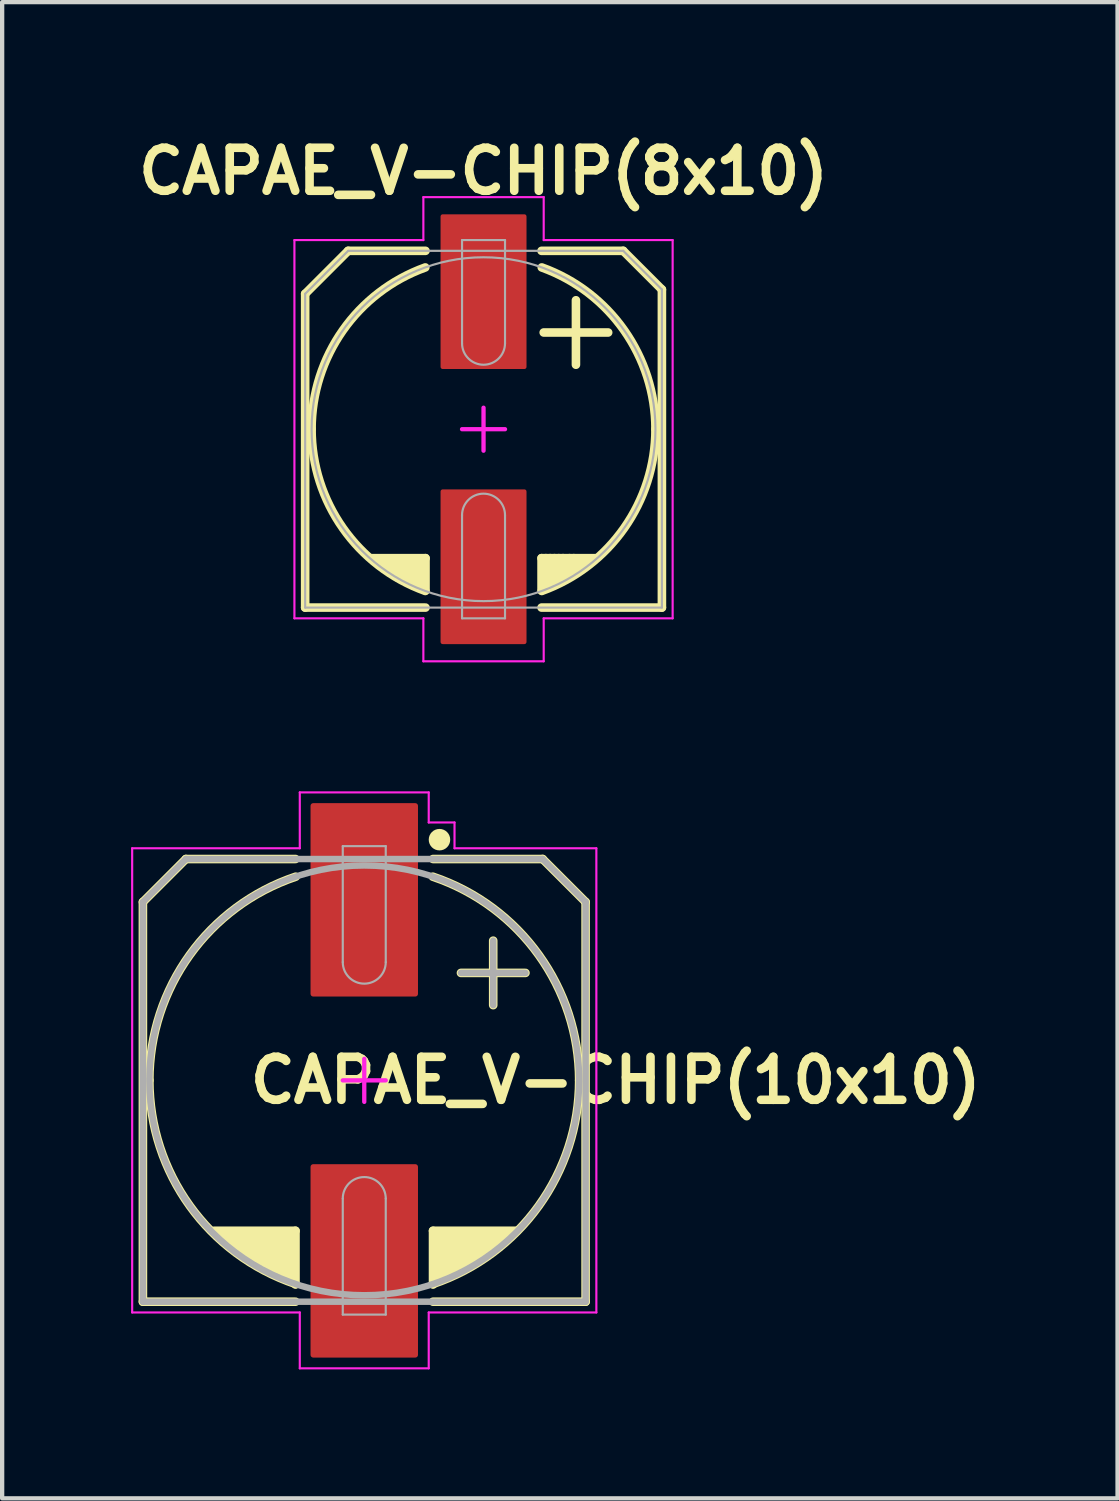
<source format=kicad_pcb>
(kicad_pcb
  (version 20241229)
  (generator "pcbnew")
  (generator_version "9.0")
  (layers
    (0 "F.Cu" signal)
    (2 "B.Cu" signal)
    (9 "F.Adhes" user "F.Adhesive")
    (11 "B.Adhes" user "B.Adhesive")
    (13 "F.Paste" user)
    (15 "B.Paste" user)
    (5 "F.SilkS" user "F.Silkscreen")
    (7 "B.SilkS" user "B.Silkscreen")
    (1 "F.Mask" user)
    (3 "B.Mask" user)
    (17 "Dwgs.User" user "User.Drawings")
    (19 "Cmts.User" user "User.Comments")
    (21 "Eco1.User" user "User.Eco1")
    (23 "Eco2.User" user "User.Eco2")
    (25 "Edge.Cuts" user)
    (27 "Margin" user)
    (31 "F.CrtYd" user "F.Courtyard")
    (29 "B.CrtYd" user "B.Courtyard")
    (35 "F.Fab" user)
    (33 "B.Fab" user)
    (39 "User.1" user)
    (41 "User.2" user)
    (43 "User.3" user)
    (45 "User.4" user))
  (footprint "CAPAE_V-CHIP(10x10)"
    (layer "F.Cu")
    (at 5.425 22.086)
    (property "Reference" "CAPAE_V-CHIP(10x10)" (at 5.85 0 0) (layer "F.SilkS") (effects (font (size 1 1) (thickness 0.2))))
    (attr through_hole)
    (fp_line (start -5.15 -4.15) (end -5.15 5.15) (stroke (width 0.2) (type solid)) (layer "F.SilkS"))
    (fp_line (start -5.15 5.15) (end -1.6 5.15) (stroke (width 0.2) (type solid)) (layer "F.SilkS"))
    (fp_line (start -4.15 -5.15) (end -5.15 -4.15) (stroke (width 0.2) (type solid)) (layer "F.SilkS"))
    (fp_line (start -4.15 -5.15) (end -1.6 -5.15) (stroke (width 0.2) (type solid)) (layer "F.SilkS"))
    (fp_line (start -1.6 3.5) (end -3.5 3.5) (stroke (width 0.2) (type solid)) (layer "F.SilkS"))
    (fp_line (start -1.6 4.75) (end -1.6 3.5) (stroke (width 0.2) (type solid)) (layer "F.SilkS"))
    (fp_line (start 1.6 3.5) (end 3.55 3.5) (stroke (width 0.2) (type solid)) (layer "F.SilkS"))
    (fp_line (start 1.6 4.75) (end 1.6 3.5) (stroke (width 0.2) (type solid)) (layer "F.SilkS"))
    (fp_line (start 2.25 -2.5) (end 3.75 -2.5) (stroke (width 0.2) (type solid)) (layer "F.SilkS"))
    (fp_line (start 3 -3.25) (end 3 -1.75) (stroke (width 0.2) (type solid)) (layer "F.SilkS"))
    (fp_line (start 4.15 -5.15) (end 1.6 -5.15) (stroke (width 0.2) (type solid)) (layer "F.SilkS"))
    (fp_line (start 5.15 -4.15) (end 4.15 -5.15) (stroke (width 0.2) (type solid)) (layer "F.SilkS"))
    (fp_line (start 5.15 -4.15) (end 5.15 5.15) (stroke (width 0.2) (type solid)) (layer "F.SilkS"))
    (fp_line (start 5.15 5.15) (end 1.6 5.15) (stroke (width 0.2) (type solid)) (layer "F.SilkS"))
    (fp_arc (start -5 0) (mid -4.060418 -2.917706) (end -1.594797 -4.738842) (stroke (width 0.2) (type solid)) (layer "F.SilkS"))
    (fp_arc (start -1.596094 4.738405) (mid -4.060817 2.91715) (end -5 0) (stroke (width 0.2) (type solid)) (layer "F.SilkS"))
    (fp_arc (start 1.596094 -4.738405) (mid 4.060817 -2.91715) (end 5 0) (stroke (width 0.2) (type solid)) (layer "F.SilkS"))
    (fp_arc (start 5 0) (mid 4.060418 2.917706) (end 1.594797 4.738842) (stroke (width 0.2) (type solid)) (layer "F.SilkS"))
    (fp_circle (center 1.75 -5.6) (end 1.85 -5.6) (stroke (width 0.2) (type solid)) (fill no) (layer "F.SilkS"))
    (fp_circle (center 1.75 -5.6) (end 1.9 -5.6) (stroke (width 0.2) (type solid)) (fill no) (layer "F.SilkS"))
    (fp_poly (pts (xy -3.5 3.5) (xy -1.6 3.5) (xy -1.6 4.7) (xy -2.15 4.5) (xy -2.75 4.15) (xy -3.25 3.8)) (stroke (width 0.15) (type solid)) (fill yes) (layer "F.SilkS"))
    (fp_poly (pts (xy 1.6 3.5) (xy 3.55 3.5) (xy 3.1 3.9) (xy 2.6 4.25) (xy 2.05 4.55) (xy 1.6 4.75)) (stroke (width 0.15) (type solid)) (fill yes) (layer "F.SilkS"))
    (fp_line (start -5.4 -5.4) (end -1.5 -5.4) (stroke (width 0.05) (type solid)) (layer "F.CrtYd"))
    (fp_line (start -5.4 5.4) (end -5.4 -5.4) (stroke (width 0.05) (type solid)) (layer "F.CrtYd"))
    (fp_line (start -1.5 -6.7) (end 1.5 -6.7) (stroke (width 0.05) (type solid)) (layer "F.CrtYd"))
    (fp_line (start -1.5 -5.4) (end -1.5 -6.7) (stroke (width 0.05) (type solid)) (layer "F.CrtYd"))
    (fp_line (start -1.5 5.4) (end -5.4 5.4) (stroke (width 0.05) (type solid)) (layer "F.CrtYd"))
    (fp_line (start -1.5 6.7) (end -1.5 5.4) (stroke (width 0.05) (type solid)) (layer "F.CrtYd"))
    (fp_line (start -0.5 0) (end 0.5 0) (stroke (width 0.1) (type solid)) (layer "F.CrtYd"))
    (fp_line (start 0 -0.5) (end 0 0.5) (stroke (width 0.1) (type solid)) (layer "F.CrtYd"))
    (fp_line (start 1.5 -6.7) (end 1.5 -6) (stroke (width 0.05) (type solid)) (layer "F.CrtYd"))
    (fp_line (start 1.5 -6) (end 2.1 -6) (stroke (width 0.05) (type solid)) (layer "F.CrtYd"))
    (fp_line (start 1.5 5.4) (end 1.5 6.7) (stroke (width 0.05) (type solid)) (layer "F.CrtYd"))
    (fp_line (start 1.5 6.7) (end -1.5 6.7) (stroke (width 0.05) (type solid)) (layer "F.CrtYd"))
    (fp_line (start 2.1 -6) (end 2.1 -5.4) (stroke (width 0.05) (type solid)) (layer "F.CrtYd"))
    (fp_line (start 2.1 -5.4) (end 5.4 -5.4) (stroke (width 0.05) (type solid)) (layer "F.CrtYd"))
    (fp_line (start 5.4 -5.4) (end 5.4 5.4) (stroke (width 0.05) (type solid)) (layer "F.CrtYd"))
    (fp_line (start 5.4 5.4) (end 1.5 5.4) (stroke (width 0.05) (type solid)) (layer "F.CrtYd"))
    (fp_line (start -5.15 5.15) (end -5.15 -4.15) (stroke (width 0.15) (type solid)) (layer "F.Fab"))
    (fp_line (start -4.15 -5.15) (end -5.15 -4.15) (stroke (width 0.15) (type solid)) (layer "F.Fab"))
    (fp_line (start -4.15 -5.15) (end 4.15 -5.15) (stroke (width 0.15) (type solid)) (layer "F.Fab"))
    (fp_line (start -0.5 -5.45) (end 0.5 -5.45) (stroke (width 0.05) (type solid)) (layer "F.Fab"))
    (fp_line (start -0.5 -2.75) (end -0.5 -5.45) (stroke (width 0.05) (type solid)) (layer "F.Fab"))
    (fp_line (start -0.5 5.45) (end -0.5 2.75) (stroke (width 0.05) (type solid)) (layer "F.Fab"))
    (fp_line (start 0.5 -5.45) (end 0.5 -2.75) (stroke (width 0.05) (type solid)) (layer "F.Fab"))
    (fp_line (start 0.5 2.75) (end 0.5 5.45) (stroke (width 0.05) (type solid)) (layer "F.Fab"))
    (fp_line (start 0.5 5.45) (end -0.5 5.45) (stroke (width 0.05) (type solid)) (layer "F.Fab"))
    (fp_line (start 2.25 -2.5) (end 3.75 -2.5) (stroke (width 0.15) (type solid)) (layer "F.Fab"))
    (fp_line (start 3 -3.25) (end 3 -1.75) (stroke (width 0.15) (type solid)) (layer "F.Fab"))
    (fp_line (start 5.15 -4.15) (end 4.15 -5.15) (stroke (width 0.15) (type solid)) (layer "F.Fab"))
    (fp_line (start 5.15 -4.15) (end 5.15 5.15) (stroke (width 0.15) (type solid)) (layer "F.Fab"))
    (fp_line (start 5.15 5.15) (end -5.15 5.15) (stroke (width 0.15) (type solid)) (layer "F.Fab"))
    (fp_arc (start -0.5 2.75) (mid 0 2.25) (end 0.5 2.75) (stroke (width 0.05) (type solid)) (layer "F.Fab"))
    (fp_arc (start 0.5 -2.75) (mid 0 -2.25) (end -0.5 -2.75) (stroke (width 0.05) (type solid)) (layer "F.Fab"))
    (fp_circle (center 0 0) (end 5 0) (stroke (width 0.15) (type solid)) (fill no) (layer "F.Fab"))
    (pad "1" smd roundrect (at 0 -4.2) (size 2.5 4.5) (layers "F.Cu" "F.Mask" "F.Paste") (roundrect_rratio 0.025))
    (pad "2" smd roundrect (at 0 4.2) (size 2.5 4.5) (layers "F.Cu" "F.Mask" "F.Paste") (roundrect_rratio 0.025)))
  (footprint "CAPAE_V-CHIP(8x10)"
    (layer "F.Cu")
    (at 8.2 6.936)
    (property "Reference" "CAPAE_V-CHIP(8x10)" (at 0 -6 0) (layer "F.SilkS") (effects (font (size 1 1) (thickness 0.2))))
    (attr through_hole)
    (fp_line (start -4.15 -3.15) (end -4.15 4.15) (stroke (width 0.2) (type solid)) (layer "F.SilkS"))
    (fp_line (start -4.15 4.15) (end -1.35 4.15) (stroke (width 0.2) (type solid)) (layer "F.SilkS"))
    (fp_line (start -3.15 -4.15) (end -4.15 -3.15) (stroke (width 0.2) (type solid)) (layer "F.SilkS"))
    (fp_line (start -2.35 3.15) (end -1.45 3.15) (stroke (width 0.2) (type solid)) (layer "F.SilkS"))
    (fp_line (start -2.2 3.25) (end -1.55 3.25) (stroke (width 0.2) (type solid)) (layer "F.SilkS"))
    (fp_line (start -2.1 3.35) (end -1.65 3.35) (stroke (width 0.2) (type solid)) (layer "F.SilkS"))
    (fp_line (start -2 3.45) (end -1.7 3.45) (stroke (width 0.2) (type solid)) (layer "F.SilkS"))
    (fp_line (start -1.65 3.35) (end -1.65 3.55) (stroke (width 0.2) (type solid)) (layer "F.SilkS"))
    (fp_line (start -1.55 3.25) (end -1.55 3.6) (stroke (width 0.2) (type solid)) (layer "F.SilkS"))
    (fp_line (start -1.45 3.15) (end -1.45 3.65) (stroke (width 0.2) (type solid)) (layer "F.SilkS"))
    (fp_line (start -1.35 -4.15) (end -3.15 -4.15) (stroke (width 0.2) (type solid)) (layer "F.SilkS"))
    (fp_line (start -1.35 3) (end -2.6 3) (stroke (width 0.2) (type solid)) (layer "F.SilkS"))
    (fp_line (start -1.35 3.75) (end -1.35 3) (stroke (width 0.2) (type solid)) (layer "F.SilkS"))
    (fp_line (start 1.35 -4.15) (end 3.25 -4.15) (stroke (width 0.2) (type solid)) (layer "F.SilkS"))
    (fp_line (start 1.35 3) (end 2.6 3) (stroke (width 0.2) (type solid)) (layer "F.SilkS"))
    (fp_line (start 1.35 3.75) (end 1.35 3) (stroke (width 0.2) (type solid)) (layer "F.SilkS"))
    (fp_line (start 1.4 -2.25) (end 2.9 -2.25) (stroke (width 0.2) (type solid)) (layer "F.SilkS"))
    (fp_line (start 1.45 3) (end 1.45 3.65) (stroke (width 0.2) (type solid)) (layer "F.SilkS"))
    (fp_line (start 1.55 3) (end 1.55 3.6) (stroke (width 0.2) (type solid)) (layer "F.SilkS"))
    (fp_line (start 1.65 3) (end 1.65 3.55) (stroke (width 0.2) (type solid)) (layer "F.SilkS"))
    (fp_line (start 1.75 3) (end 1.75 3.5) (stroke (width 0.2) (type solid)) (layer "F.SilkS"))
    (fp_line (start 1.85 3) (end 1.85 3.5) (stroke (width 0.2) (type solid)) (layer "F.SilkS"))
    (fp_line (start 2 3) (end 2 3.4) (stroke (width 0.2) (type solid)) (layer "F.SilkS"))
    (fp_line (start 2.1 3) (end 2.1 3.3) (stroke (width 0.2) (type solid)) (layer "F.SilkS"))
    (fp_line (start 2.15 -3) (end 2.15 -1.5) (stroke (width 0.2) (type solid)) (layer "F.SilkS"))
    (fp_line (start 2.2 3.05) (end 2.2 3.25) (stroke (width 0.2) (type solid)) (layer "F.SilkS"))
    (fp_line (start 2.3 3.05) (end 2.3 3.2) (stroke (width 0.2) (type solid)) (layer "F.SilkS"))
    (fp_line (start 3.25 -4.15) (end 4.15 -3.25) (stroke (width 0.2) (type solid)) (layer "F.SilkS"))
    (fp_line (start 4.15 -3.25) (end 4.15 4.15) (stroke (width 0.2) (type solid)) (layer "F.SilkS"))
    (fp_line (start 4.15 4.15) (end 1.35 4.15) (stroke (width 0.2) (type solid)) (layer "F.SilkS"))
    (fp_arc (start -4 0) (mid -3.272576 -2.300053) (end -1.354878 -3.76355) (stroke (width 0.2) (type solid)) (layer "F.SilkS"))
    (fp_arc (start -1.354952 3.763523) (mid -3.272599 2.300021) (end -4 0) (stroke (width 0.2) (type solid)) (layer "F.SilkS"))
    (fp_arc (start 1.354952 -3.763523) (mid 3.272599 -2.300021) (end 4 0) (stroke (width 0.2) (type solid)) (layer "F.SilkS"))
    (fp_arc (start 4 0) (mid 3.272576 2.300053) (end 1.354878 3.76355) (stroke (width 0.2) (type solid)) (layer "F.SilkS"))
    (fp_line (start -4.4 -4.4) (end -1.4 -4.4) (stroke (width 0.05) (type solid)) (layer "F.CrtYd"))
    (fp_line (start -4.4 4.4) (end -4.4 -4.4) (stroke (width 0.05) (type solid)) (layer "F.CrtYd"))
    (fp_line (start -1.4 -5.4) (end 1.4 -5.4) (stroke (width 0.05) (type solid)) (layer "F.CrtYd"))
    (fp_line (start -1.4 -4.4) (end -1.4 -5.4) (stroke (width 0.05) (type solid)) (layer "F.CrtYd"))
    (fp_line (start -1.4 4.4) (end -4.4 4.4) (stroke (width 0.05) (type solid)) (layer "F.CrtYd"))
    (fp_line (start -1.4 5.4) (end -1.4 4.4) (stroke (width 0.05) (type solid)) (layer "F.CrtYd"))
    (fp_line (start -0.5 0) (end 0.5 0) (stroke (width 0.1) (type solid)) (layer "F.CrtYd"))
    (fp_line (start 0 -0.5) (end 0 0.5) (stroke (width 0.1) (type solid)) (layer "F.CrtYd"))
    (fp_line (start 1.4 -5.4) (end 1.4 -4.4) (stroke (width 0.05) (type solid)) (layer "F.CrtYd"))
    (fp_line (start 1.4 -4.4) (end 4.4 -4.4) (stroke (width 0.05) (type solid)) (layer "F.CrtYd"))
    (fp_line (start 1.4 4.4) (end 1.4 5.4) (stroke (width 0.05) (type solid)) (layer "F.CrtYd"))
    (fp_line (start 1.4 5.4) (end -1.4 5.4) (stroke (width 0.05) (type solid)) (layer "F.CrtYd"))
    (fp_line (start 4.4 -4.4) (end 4.4 4.4) (stroke (width 0.05) (type solid)) (layer "F.CrtYd"))
    (fp_line (start 4.4 4.4) (end 1.4 4.4) (stroke (width 0.05) (type solid)) (layer "F.CrtYd"))
    (fp_line (start -4.15 4.15) (end -4.15 -3.15) (stroke (width 0.05) (type solid)) (layer "F.Fab"))
    (fp_line (start -3.15 -4.15) (end -4.15 -3.15) (stroke (width 0.05) (type solid)) (layer "F.Fab"))
    (fp_line (start -3.15 -4.15) (end 3.25 -4.15) (stroke (width 0.05) (type solid)) (layer "F.Fab"))
    (fp_line (start -0.5 -4.4) (end -0.5 -2) (stroke (width 0.05) (type solid)) (layer "F.Fab"))
    (fp_line (start -0.5 -4.4) (end 0.5 -4.4) (stroke (width 0.05) (type solid)) (layer "F.Fab"))
    (fp_line (start -0.5 2) (end -0.5 4.4) (stroke (width 0.05) (type solid)) (layer "F.Fab"))
    (fp_line (start -0.5 4.4) (end 0.5 4.4) (stroke (width 0.05) (type solid)) (layer "F.Fab"))
    (fp_line (start 0.5 -4.4) (end 0.5 -2) (stroke (width 0.05) (type solid)) (layer "F.Fab"))
    (fp_line (start 0.5 2) (end 0.5 4.4) (stroke (width 0.05) (type solid)) (layer "F.Fab"))
    (fp_line (start 3.25 -4.15) (end 4.15 -3.25) (stroke (width 0.05) (type solid)) (layer "F.Fab"))
    (fp_line (start 4.15 -3.25) (end 4.15 4.15) (stroke (width 0.05) (type solid)) (layer "F.Fab"))
    (fp_line (start 4.15 4.15) (end -4.15 4.15) (stroke (width 0.05) (type solid)) (layer "F.Fab"))
    (fp_arc (start -0.5 2) (mid 0 1.5) (end 0.5 2) (stroke (width 0.05) (type solid)) (layer "F.Fab"))
    (fp_arc (start 0.5 -2) (mid 0 -1.5) (end -0.5 -2) (stroke (width 0.05) (type solid)) (layer "F.Fab"))
    (fp_circle (center 0 0) (end 4 0) (stroke (width 0.05) (type solid)) (fill no) (layer "F.Fab"))
    (pad "+" smd roundrect (at 0 -3.2) (size 2 3.6) (layers "F.Cu" "F.Mask" "F.Paste") (roundrect_rratio 0.025))
    (pad "-" smd roundrect (at 0 3.2) (size 2 3.6) (layers "F.Cu" "F.Mask" "F.Paste") (roundrect_rratio 0.025)))
  (gr_rect
    (start -3 -3)
    (end 22.951 31.811)
    (stroke (width 0.1) (type default))
    (fill no)
    (layer "Edge.Cuts")))
</source>
